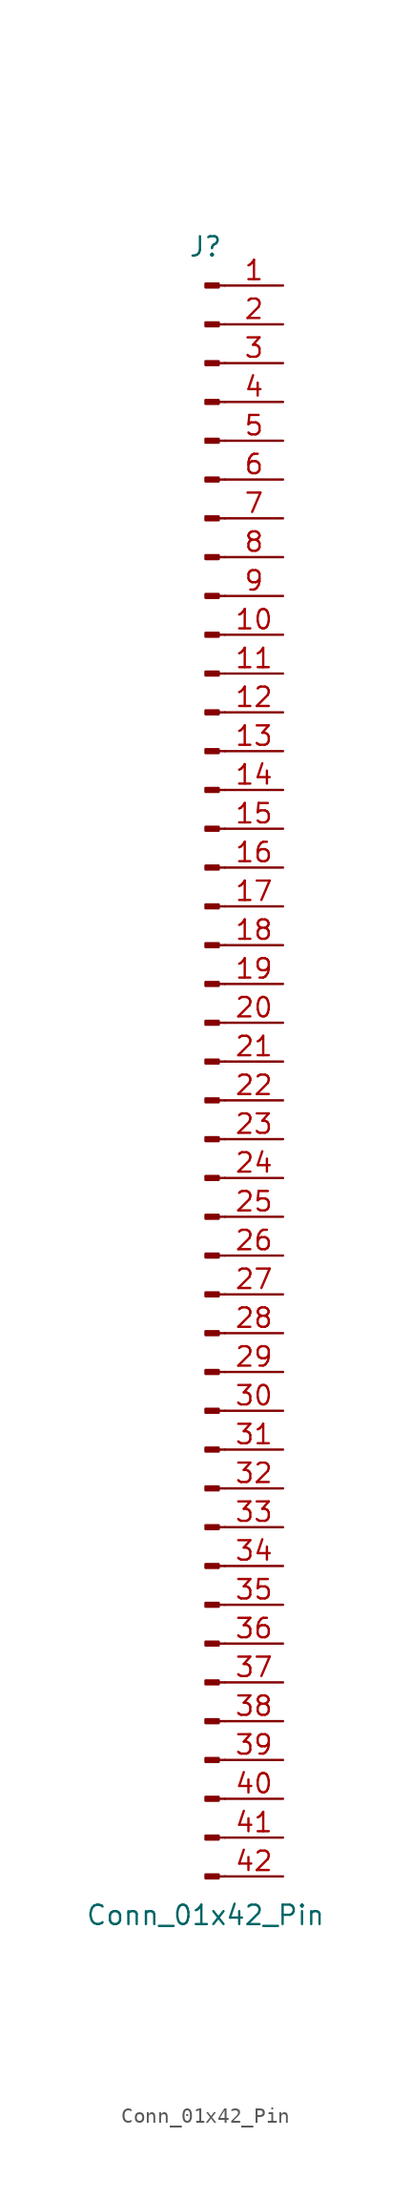
<source format=kicad_sym>
(kicad_symbol_lib
  (version 20241209)
  (generator "kicad_symbol_editor")
  (generator_version "9.0")
  (symbol "Conn_01x42_Pin"
    (pin_names
      (offset 1.016)
      (hide yes))
    (property "Reference" "J"
      (at 0 53.34 0)
      (effects (font (size 1.27 1.27))))
    (property "Value" "Conn_01x42_Pin"
      (at 0 -55.88 0)
      (effects (font (size 1.27 1.27))))
    (property "ki_locked" ""
      (at 0 0 0)
      (effects (font (size 1.27 1.27))))
    (symbol "Conn_01x42_Pin_1_1"
      (rectangle (start 0.864 50.927) (end 0 50.673) (stroke (width 0.152) (type default)) (fill (type outline)))
      (rectangle (start 0.864 48.387) (end 0 48.133) (stroke (width 0.152) (type default)) (fill (type outline)))
      (rectangle (start 0.864 45.847) (end 0 45.593) (stroke (width 0.152) (type default)) (fill (type outline)))
      (rectangle (start 0.864 43.307) (end 0 43.053) (stroke (width 0.152) (type default)) (fill (type outline)))
      (rectangle (start 0.864 40.767) (end 0 40.513) (stroke (width 0.152) (type default)) (fill (type outline)))
      (rectangle (start 0.864 38.227) (end 0 37.973) (stroke (width 0.152) (type default)) (fill (type outline)))
      (rectangle (start 0.864 35.687) (end 0 35.433) (stroke (width 0.152) (type default)) (fill (type outline)))
      (rectangle (start 0.864 33.147) (end 0 32.893) (stroke (width 0.152) (type default)) (fill (type outline)))
      (rectangle (start 0.864 30.607) (end 0 30.353) (stroke (width 0.152) (type default)) (fill (type outline)))
      (rectangle (start 0.864 28.067) (end 0 27.813) (stroke (width 0.152) (type default)) (fill (type outline)))
      (rectangle (start 0.864 25.527) (end 0 25.273) (stroke (width 0.152) (type default)) (fill (type outline)))
      (rectangle (start 0.864 22.987) (end 0 22.733) (stroke (width 0.152) (type default)) (fill (type outline)))
      (rectangle (start 0.864 20.447) (end 0 20.193) (stroke (width 0.152) (type default)) (fill (type outline)))
      (rectangle (start 0.864 17.907) (end 0 17.653) (stroke (width 0.152) (type default)) (fill (type outline)))
      (rectangle (start 0.864 15.367) (end 0 15.113) (stroke (width 0.152) (type default)) (fill (type outline)))
      (rectangle (start 0.864 12.827) (end 0 12.573) (stroke (width 0.152) (type default)) (fill (type outline)))
      (rectangle (start 0.864 10.287) (end 0 10.033) (stroke (width 0.152) (type default)) (fill (type outline)))
      (rectangle (start 0.864 7.747) (end 0 7.493) (stroke (width 0.152) (type default)) (fill (type outline)))
      (rectangle (start 0.864 5.207) (end 0 4.953) (stroke (width 0.152) (type default)) (fill (type outline)))
      (rectangle (start 0.864 2.667) (end 0 2.413) (stroke (width 0.152) (type default)) (fill (type outline)))
      (rectangle (start 0.864 0.127) (end 0 -0.127) (stroke (width 0.152) (type default)) (fill (type outline)))
      (rectangle (start 0.864 -2.413) (end 0 -2.667) (stroke (width 0.152) (type default)) (fill (type outline)))
      (rectangle (start 0.864 -4.953) (end 0 -5.207) (stroke (width 0.152) (type default)) (fill (type outline)))
      (rectangle (start 0.864 -7.493) (end 0 -7.747) (stroke (width 0.152) (type default)) (fill (type outline)))
      (rectangle (start 0.864 -10.033) (end 0 -10.287) (stroke (width 0.152) (type default)) (fill (type outline)))
      (rectangle (start 0.864 -12.573) (end 0 -12.827) (stroke (width 0.152) (type default)) (fill (type outline)))
      (rectangle (start 0.864 -15.113) (end 0 -15.367) (stroke (width 0.152) (type default)) (fill (type outline)))
      (rectangle (start 0.864 -17.653) (end 0 -17.907) (stroke (width 0.152) (type default)) (fill (type outline)))
      (rectangle (start 0.864 -20.193) (end 0 -20.447) (stroke (width 0.152) (type default)) (fill (type outline)))
      (rectangle (start 0.864 -22.733) (end 0 -22.987) (stroke (width 0.152) (type default)) (fill (type outline)))
      (rectangle (start 0.864 -25.273) (end 0 -25.527) (stroke (width 0.152) (type default)) (fill (type outline)))
      (rectangle (start 0.864 -27.813) (end 0 -28.067) (stroke (width 0.152) (type default)) (fill (type outline)))
      (rectangle (start 0.864 -30.353) (end 0 -30.607) (stroke (width 0.152) (type default)) (fill (type outline)))
      (rectangle (start 0.864 -32.893) (end 0 -33.147) (stroke (width 0.152) (type default)) (fill (type outline)))
      (rectangle (start 0.864 -35.433) (end 0 -35.687) (stroke (width 0.152) (type default)) (fill (type outline)))
      (rectangle (start 0.864 -37.973) (end 0 -38.227) (stroke (width 0.152) (type default)) (fill (type outline)))
      (rectangle (start 0.864 -40.513) (end 0 -40.767) (stroke (width 0.152) (type default)) (fill (type outline)))
      (rectangle (start 0.864 -43.053) (end 0 -43.307) (stroke (width 0.152) (type default)) (fill (type outline)))
      (rectangle (start 0.864 -45.593) (end 0 -45.847) (stroke (width 0.152) (type default)) (fill (type outline)))
      (rectangle (start 0.864 -48.133) (end 0 -48.387) (stroke (width 0.152) (type default)) (fill (type outline)))
      (rectangle (start 0.864 -50.673) (end 0 -50.927) (stroke (width 0.152) (type default)) (fill (type outline)))
      (rectangle (start 0.864 -53.213) (end 0 -53.467) (stroke (width 0.152) (type default)) (fill (type outline)))
      (polyline (pts (xy 1.27 50.8) (xy 0.864 50.8)) (stroke (width 0.152) (type default)) (fill (type none)))
      (polyline (pts (xy 1.27 48.26) (xy 0.864 48.26)) (stroke (width 0.152) (type default)) (fill (type none)))
      (polyline (pts (xy 1.27 45.72) (xy 0.864 45.72)) (stroke (width 0.152) (type default)) (fill (type none)))
      (polyline (pts (xy 1.27 43.18) (xy 0.864 43.18)) (stroke (width 0.152) (type default)) (fill (type none)))
      (polyline (pts (xy 1.27 40.64) (xy 0.864 40.64)) (stroke (width 0.152) (type default)) (fill (type none)))
      (polyline (pts (xy 1.27 38.1) (xy 0.864 38.1)) (stroke (width 0.152) (type default)) (fill (type none)))
      (polyline (pts (xy 1.27 35.56) (xy 0.864 35.56)) (stroke (width 0.152) (type default)) (fill (type none)))
      (polyline (pts (xy 1.27 33.02) (xy 0.864 33.02)) (stroke (width 0.152) (type default)) (fill (type none)))
      (polyline (pts (xy 1.27 30.48) (xy 0.864 30.48)) (stroke (width 0.152) (type default)) (fill (type none)))
      (polyline (pts (xy 1.27 27.94) (xy 0.864 27.94)) (stroke (width 0.152) (type default)) (fill (type none)))
      (polyline (pts (xy 1.27 25.4) (xy 0.864 25.4)) (stroke (width 0.152) (type default)) (fill (type none)))
      (polyline (pts (xy 1.27 22.86) (xy 0.864 22.86)) (stroke (width 0.152) (type default)) (fill (type none)))
      (polyline (pts (xy 1.27 20.32) (xy 0.864 20.32)) (stroke (width 0.152) (type default)) (fill (type none)))
      (polyline (pts (xy 1.27 17.78) (xy 0.864 17.78)) (stroke (width 0.152) (type default)) (fill (type none)))
      (polyline (pts (xy 1.27 15.24) (xy 0.864 15.24)) (stroke (width 0.152) (type default)) (fill (type none)))
      (polyline (pts (xy 1.27 12.7) (xy 0.864 12.7)) (stroke (width 0.152) (type default)) (fill (type none)))
      (polyline (pts (xy 1.27 10.16) (xy 0.864 10.16)) (stroke (width 0.152) (type default)) (fill (type none)))
      (polyline (pts (xy 1.27 7.62) (xy 0.864 7.62)) (stroke (width 0.152) (type default)) (fill (type none)))
      (polyline (pts (xy 1.27 5.08) (xy 0.864 5.08)) (stroke (width 0.152) (type default)) (fill (type none)))
      (polyline (pts (xy 1.27 2.54) (xy 0.864 2.54)) (stroke (width 0.152) (type default)) (fill (type none)))
      (polyline (pts (xy 1.27 0) (xy 0.864 0)) (stroke (width 0.152) (type default)) (fill (type none)))
      (polyline (pts (xy 1.27 -2.54) (xy 0.864 -2.54)) (stroke (width 0.152) (type default)) (fill (type none)))
      (polyline (pts (xy 1.27 -5.08) (xy 0.864 -5.08)) (stroke (width 0.152) (type default)) (fill (type none)))
      (polyline (pts (xy 1.27 -7.62) (xy 0.864 -7.62)) (stroke (width 0.152) (type default)) (fill (type none)))
      (polyline (pts (xy 1.27 -10.16) (xy 0.864 -10.16)) (stroke (width 0.152) (type default)) (fill (type none)))
      (polyline (pts (xy 1.27 -12.7) (xy 0.864 -12.7)) (stroke (width 0.152) (type default)) (fill (type none)))
      (polyline (pts (xy 1.27 -15.24) (xy 0.864 -15.24)) (stroke (width 0.152) (type default)) (fill (type none)))
      (polyline (pts (xy 1.27 -17.78) (xy 0.864 -17.78)) (stroke (width 0.152) (type default)) (fill (type none)))
      (polyline (pts (xy 1.27 -20.32) (xy 0.864 -20.32)) (stroke (width 0.152) (type default)) (fill (type none)))
      (polyline (pts (xy 1.27 -22.86) (xy 0.864 -22.86)) (stroke (width 0.152) (type default)) (fill (type none)))
      (polyline (pts (xy 1.27 -25.4) (xy 0.864 -25.4)) (stroke (width 0.152) (type default)) (fill (type none)))
      (polyline (pts (xy 1.27 -27.94) (xy 0.864 -27.94)) (stroke (width 0.152) (type default)) (fill (type none)))
      (polyline (pts (xy 1.27 -30.48) (xy 0.864 -30.48)) (stroke (width 0.152) (type default)) (fill (type none)))
      (polyline (pts (xy 1.27 -33.02) (xy 0.864 -33.02)) (stroke (width 0.152) (type default)) (fill (type none)))
      (polyline (pts (xy 1.27 -35.56) (xy 0.864 -35.56)) (stroke (width 0.152) (type default)) (fill (type none)))
      (polyline (pts (xy 1.27 -38.1) (xy 0.864 -38.1)) (stroke (width 0.152) (type default)) (fill (type none)))
      (polyline (pts (xy 1.27 -40.64) (xy 0.864 -40.64)) (stroke (width 0.152) (type default)) (fill (type none)))
      (polyline (pts (xy 1.27 -43.18) (xy 0.864 -43.18)) (stroke (width 0.152) (type default)) (fill (type none)))
      (polyline (pts (xy 1.27 -45.72) (xy 0.864 -45.72)) (stroke (width 0.152) (type default)) (fill (type none)))
      (polyline (pts (xy 1.27 -48.26) (xy 0.864 -48.26)) (stroke (width 0.152) (type default)) (fill (type none)))
      (polyline (pts (xy 1.27 -50.8) (xy 0.864 -50.8)) (stroke (width 0.152) (type default)) (fill (type none)))
      (polyline (pts (xy 1.27 -53.34) (xy 0.864 -53.34)) (stroke (width 0.152) (type default)) (fill (type none)))
      (pin passive line (at 5.08 50.8 180) (length 3.81) (name "Pin_1" (effects (font (size 1.27 1.27)))) (number "1" (effects (font (size 1.27 1.27)))))
      (pin passive line (at 5.08 48.26 180) (length 3.81) (name "Pin_2" (effects (font (size 1.27 1.27)))) (number "2" (effects (font (size 1.27 1.27)))))
      (pin passive line (at 5.08 45.72 180) (length 3.81) (name "Pin_3" (effects (font (size 1.27 1.27)))) (number "3" (effects (font (size 1.27 1.27)))))
      (pin passive line (at 5.08 43.18 180) (length 3.81) (name "Pin_4" (effects (font (size 1.27 1.27)))) (number "4" (effects (font (size 1.27 1.27)))))
      (pin passive line (at 5.08 40.64 180) (length 3.81) (name "Pin_5" (effects (font (size 1.27 1.27)))) (number "5" (effects (font (size 1.27 1.27)))))
      (pin passive line (at 5.08 38.1 180) (length 3.81) (name "Pin_6" (effects (font (size 1.27 1.27)))) (number "6" (effects (font (size 1.27 1.27)))))
      (pin passive line (at 5.08 35.56 180) (length 3.81) (name "Pin_7" (effects (font (size 1.27 1.27)))) (number "7" (effects (font (size 1.27 1.27)))))
      (pin passive line (at 5.08 33.02 180) (length 3.81) (name "Pin_8" (effects (font (size 1.27 1.27)))) (number "8" (effects (font (size 1.27 1.27)))))
      (pin passive line (at 5.08 30.48 180) (length 3.81) (name "Pin_9" (effects (font (size 1.27 1.27)))) (number "9" (effects (font (size 1.27 1.27)))))
      (pin passive line (at 5.08 27.94 180) (length 3.81) (name "Pin_10" (effects (font (size 1.27 1.27)))) (number "10" (effects (font (size 1.27 1.27)))))
      (pin passive line (at 5.08 25.4 180) (length 3.81) (name "Pin_11" (effects (font (size 1.27 1.27)))) (number "11" (effects (font (size 1.27 1.27)))))
      (pin passive line (at 5.08 22.86 180) (length 3.81) (name "Pin_12" (effects (font (size 1.27 1.27)))) (number "12" (effects (font (size 1.27 1.27)))))
      (pin passive line (at 5.08 20.32 180) (length 3.81) (name "Pin_13" (effects (font (size 1.27 1.27)))) (number "13" (effects (font (size 1.27 1.27)))))
      (pin passive line (at 5.08 17.78 180) (length 3.81) (name "Pin_14" (effects (font (size 1.27 1.27)))) (number "14" (effects (font (size 1.27 1.27)))))
      (pin passive line (at 5.08 15.24 180) (length 3.81) (name "Pin_15" (effects (font (size 1.27 1.27)))) (number "15" (effects (font (size 1.27 1.27)))))
      (pin passive line (at 5.08 12.7 180) (length 3.81) (name "Pin_16" (effects (font (size 1.27 1.27)))) (number "16" (effects (font (size 1.27 1.27)))))
      (pin passive line (at 5.08 10.16 180) (length 3.81) (name "Pin_17" (effects (font (size 1.27 1.27)))) (number "17" (effects (font (size 1.27 1.27)))))
      (pin passive line (at 5.08 7.62 180) (length 3.81) (name "Pin_18" (effects (font (size 1.27 1.27)))) (number "18" (effects (font (size 1.27 1.27)))))
      (pin passive line (at 5.08 5.08 180) (length 3.81) (name "Pin_19" (effects (font (size 1.27 1.27)))) (number "19" (effects (font (size 1.27 1.27)))))
      (pin passive line (at 5.08 2.54 180) (length 3.81) (name "Pin_20" (effects (font (size 1.27 1.27)))) (number "20" (effects (font (size 1.27 1.27)))))
      (pin passive line (at 5.08 0 180) (length 3.81) (name "Pin_21" (effects (font (size 1.27 1.27)))) (number "21" (effects (font (size 1.27 1.27)))))
      (pin passive line (at 5.08 -2.54 180) (length 3.81) (name "Pin_22" (effects (font (size 1.27 1.27)))) (number "22" (effects (font (size 1.27 1.27)))))
      (pin passive line (at 5.08 -5.08 180) (length 3.81) (name "Pin_23" (effects (font (size 1.27 1.27)))) (number "23" (effects (font (size 1.27 1.27)))))
      (pin passive line (at 5.08 -7.62 180) (length 3.81) (name "Pin_24" (effects (font (size 1.27 1.27)))) (number "24" (effects (font (size 1.27 1.27)))))
      (pin passive line (at 5.08 -10.16 180) (length 3.81) (name "Pin_25" (effects (font (size 1.27 1.27)))) (number "25" (effects (font (size 1.27 1.27)))))
      (pin passive line (at 5.08 -12.7 180) (length 3.81) (name "Pin_26" (effects (font (size 1.27 1.27)))) (number "26" (effects (font (size 1.27 1.27)))))
      (pin passive line (at 5.08 -15.24 180) (length 3.81) (name "Pin_27" (effects (font (size 1.27 1.27)))) (number "27" (effects (font (size 1.27 1.27)))))
      (pin passive line (at 5.08 -17.78 180) (length 3.81) (name "Pin_28" (effects (font (size 1.27 1.27)))) (number "28" (effects (font (size 1.27 1.27)))))
      (pin passive line (at 5.08 -20.32 180) (length 3.81) (name "Pin_29" (effects (font (size 1.27 1.27)))) (number "29" (effects (font (size 1.27 1.27)))))
      (pin passive line (at 5.08 -22.86 180) (length 3.81) (name "Pin_30" (effects (font (size 1.27 1.27)))) (number "30" (effects (font (size 1.27 1.27)))))
      (pin passive line (at 5.08 -25.4 180) (length 3.81) (name "Pin_31" (effects (font (size 1.27 1.27)))) (number "31" (effects (font (size 1.27 1.27)))))
      (pin passive line (at 5.08 -27.94 180) (length 3.81) (name "Pin_32" (effects (font (size 1.27 1.27)))) (number "32" (effects (font (size 1.27 1.27)))))
      (pin passive line (at 5.08 -30.48 180) (length 3.81) (name "Pin_33" (effects (font (size 1.27 1.27)))) (number "33" (effects (font (size 1.27 1.27)))))
      (pin passive line (at 5.08 -33.02 180) (length 3.81) (name "Pin_34" (effects (font (size 1.27 1.27)))) (number "34" (effects (font (size 1.27 1.27)))))
      (pin passive line (at 5.08 -35.56 180) (length 3.81) (name "Pin_35" (effects (font (size 1.27 1.27)))) (number "35" (effects (font (size 1.27 1.27)))))
      (pin passive line (at 5.08 -38.1 180) (length 3.81) (name "Pin_36" (effects (font (size 1.27 1.27)))) (number "36" (effects (font (size 1.27 1.27)))))
      (pin passive line (at 5.08 -40.64 180) (length 3.81) (name "Pin_37" (effects (font (size 1.27 1.27)))) (number "37" (effects (font (size 1.27 1.27)))))
      (pin passive line (at 5.08 -43.18 180) (length 3.81) (name "Pin_38" (effects (font (size 1.27 1.27)))) (number "38" (effects (font (size 1.27 1.27)))))
      (pin passive line (at 5.08 -45.72 180) (length 3.81) (name "Pin_39" (effects (font (size 1.27 1.27)))) (number "39" (effects (font (size 1.27 1.27)))))
      (pin passive line (at 5.08 -48.26 180) (length 3.81) (name "Pin_40" (effects (font (size 1.27 1.27)))) (number "40" (effects (font (size 1.27 1.27)))))
      (pin passive line (at 5.08 -50.8 180) (length 3.81) (name "Pin_41" (effects (font (size 1.27 1.27)))) (number "41" (effects (font (size 1.27 1.27)))))
      (pin passive line (at 5.08 -53.34 180) (length 3.81) (name "Pin_42" (effects (font (size 1.27 1.27)))) (number "42" (effects (font (size 1.27 1.27))))))))
</source>
